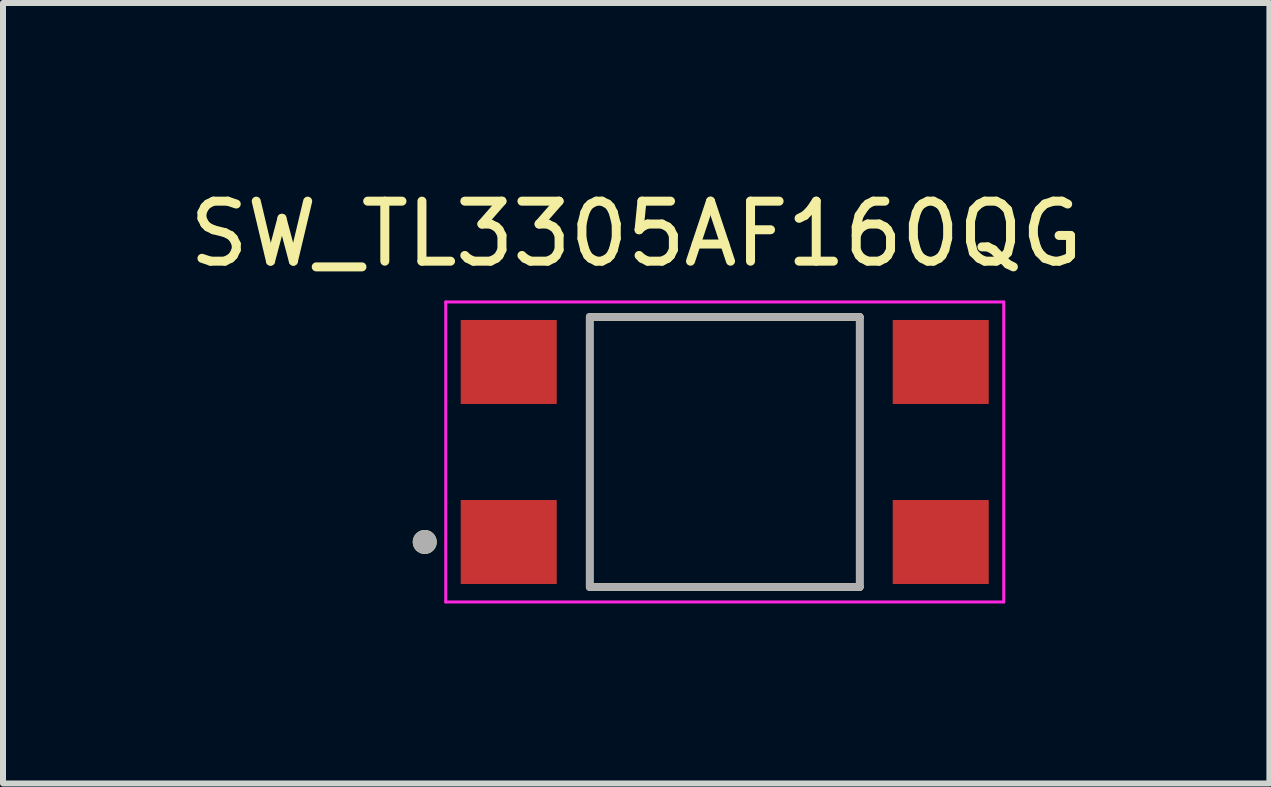
<source format=kicad_pcb>
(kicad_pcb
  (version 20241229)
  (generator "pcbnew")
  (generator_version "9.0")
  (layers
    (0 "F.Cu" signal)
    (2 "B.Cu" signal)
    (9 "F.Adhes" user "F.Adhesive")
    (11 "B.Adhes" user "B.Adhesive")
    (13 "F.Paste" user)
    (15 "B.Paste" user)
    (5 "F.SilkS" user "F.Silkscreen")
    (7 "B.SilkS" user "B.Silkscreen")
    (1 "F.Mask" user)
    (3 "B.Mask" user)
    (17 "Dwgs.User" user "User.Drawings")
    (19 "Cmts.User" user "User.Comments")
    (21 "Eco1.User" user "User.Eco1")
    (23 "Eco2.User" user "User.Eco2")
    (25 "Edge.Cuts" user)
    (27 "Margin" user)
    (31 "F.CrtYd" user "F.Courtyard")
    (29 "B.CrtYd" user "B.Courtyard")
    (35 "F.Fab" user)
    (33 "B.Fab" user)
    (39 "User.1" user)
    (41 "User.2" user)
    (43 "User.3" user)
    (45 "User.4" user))
  (footprint "SW_TL3305AF160QG"
    (layer "F.Cu")
    (at 9.029 4.483)
    (property "Reference" "SW_TL3305AF160QG" (at -1.475 -3.635 0) (layer "F.SilkS") (effects (font (size 1 1) (thickness 0.15))))
    (attr smd)
    (fp_line (start -2.25 -2.25) (end 2.25 -2.25) (stroke (width 0.127) (type solid)) (layer "F.SilkS"))
    (fp_line (start -2.25 2.25) (end -2.25 -2.25) (stroke (width 0.127) (type solid)) (layer "F.SilkS"))
    (fp_line (start 2.25 -2.25) (end 2.25 2.25) (stroke (width 0.127) (type solid)) (layer "F.SilkS"))
    (fp_line (start 2.25 2.25) (end -2.25 2.25) (stroke (width 0.127) (type solid)) (layer "F.SilkS"))
    (fp_circle (center -5 1.5) (end -4.9 1.5) (stroke (width 0.2) (type solid)) (fill no) (layer "F.SilkS"))
    (fp_line (start -4.65 -2.5) (end -4.65 2.5) (stroke (width 0.05) (type solid)) (layer "F.CrtYd"))
    (fp_line (start -4.65 2.5) (end 4.65 2.5) (stroke (width 0.05) (type solid)) (layer "F.CrtYd"))
    (fp_line (start 4.65 -2.5) (end -4.65 -2.5) (stroke (width 0.05) (type solid)) (layer "F.CrtYd"))
    (fp_line (start 4.65 2.5) (end 4.65 -2.5) (stroke (width 0.05) (type solid)) (layer "F.CrtYd"))
    (fp_line (start -2.25 -2.25) (end 2.25 -2.25) (stroke (width 0.127) (type solid)) (layer "F.Fab"))
    (fp_line (start -2.25 2.25) (end -2.25 -2.25) (stroke (width 0.127) (type solid)) (layer "F.Fab"))
    (fp_line (start 2.25 -2.25) (end 2.25 2.25) (stroke (width 0.127) (type solid)) (layer "F.Fab"))
    (fp_line (start 2.25 2.25) (end -2.25 2.25) (stroke (width 0.127) (type solid)) (layer "F.Fab"))
    (fp_circle (center -5 1.5) (end -4.9 1.5) (stroke (width 0.2) (type solid)) (fill no) (layer "F.Fab"))
    (pad "1" smd rect (at -3.6 1.5) (size 1.6 1.4) (layers "F.Cu" "F.Mask" "F.Paste"))
    (pad "2" smd rect (at 3.6 1.5) (size 1.6 1.4) (layers "F.Cu" "F.Mask" "F.Paste"))
    (pad "3" smd rect (at -3.6 -1.5) (size 1.6 1.4) (layers "F.Cu" "F.Mask" "F.Paste"))
    (pad "4" smd rect (at 3.6 -1.5) (size 1.6 1.4) (layers "F.Cu" "F.Mask" "F.Paste")))
  (gr_rect
    (start -3 -3)
    (end 18.107 10.008)
    (stroke (width 0.1) (type default))
    (fill no)
    (layer "Edge.Cuts")))
</source>
